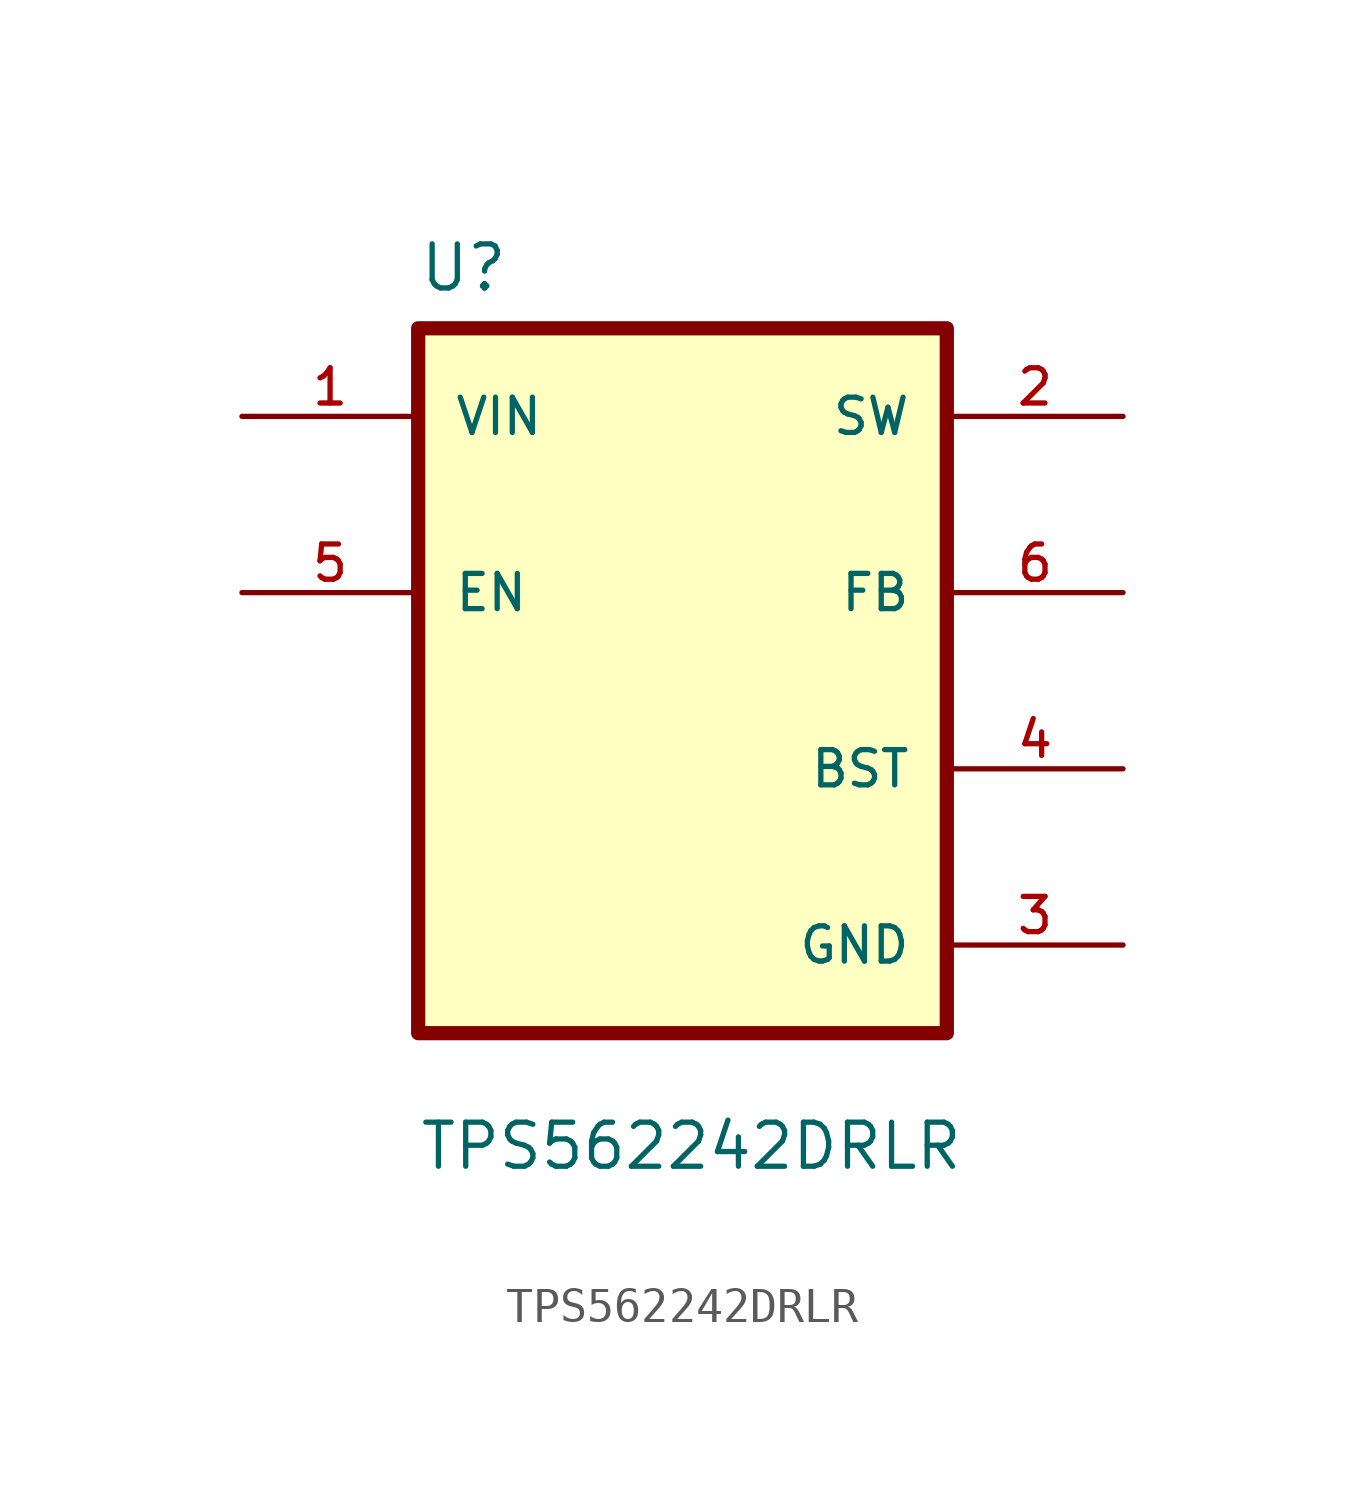
<source format=kicad_sym>
(kicad_symbol_lib
  (version 20211014)
  (generator kicad_symbol_editor)
  (symbol "TPS562242DRLR"
    (pin_names
      (offset 1.016))
    (property "Reference" "U"
      (at -7.62 11.16 0.0)
      (effects (font (size 1.27 1.27)) (justify bottom left)))
    (property "Value" "TPS562242DRLR"
      (at -7.62 -14.16 0.0)
      (effects (font (size 1.27 1.27)) (justify bottom left)))
    (symbol "TPS562242DRLR_0_0"
      (rectangle (start -7.62 -10.16) (end 7.62 10.16) (stroke (width 0.41)) (fill (type background)))
      (pin input line (at -12.7 2.54 0) (length 5.08) (name "EN" (effects (font (size 1.016 1.016)))) (number "5" (effects (font (size 1.016 1.016)))))
      (pin passive line (at 12.7 2.54 180.0) (length 5.08) (name "FB" (effects (font (size 1.016 1.016)))) (number "6" (effects (font (size 1.016 1.016)))))
      (pin power_in line (at -12.7 7.62 0) (length 5.08) (name "VIN" (effects (font (size 1.016 1.016)))) (number "1" (effects (font (size 1.016 1.016)))))
      (pin power_in line (at 12.7 7.62 180.0) (length 5.08) (name "SW" (effects (font (size 1.016 1.016)))) (number "2" (effects (font (size 1.016 1.016)))))
      (pin passive line (at 12.7 -2.54 180.0) (length 5.08) (name "BST" (effects (font (size 1.016 1.016)))) (number "4" (effects (font (size 1.016 1.016)))))
      (pin power_in line (at 12.7 -7.62 180.0) (length 5.08) (name "GND" (effects (font (size 1.016 1.016)))) (number "3" (effects (font (size 1.016 1.016))))))))
</source>
